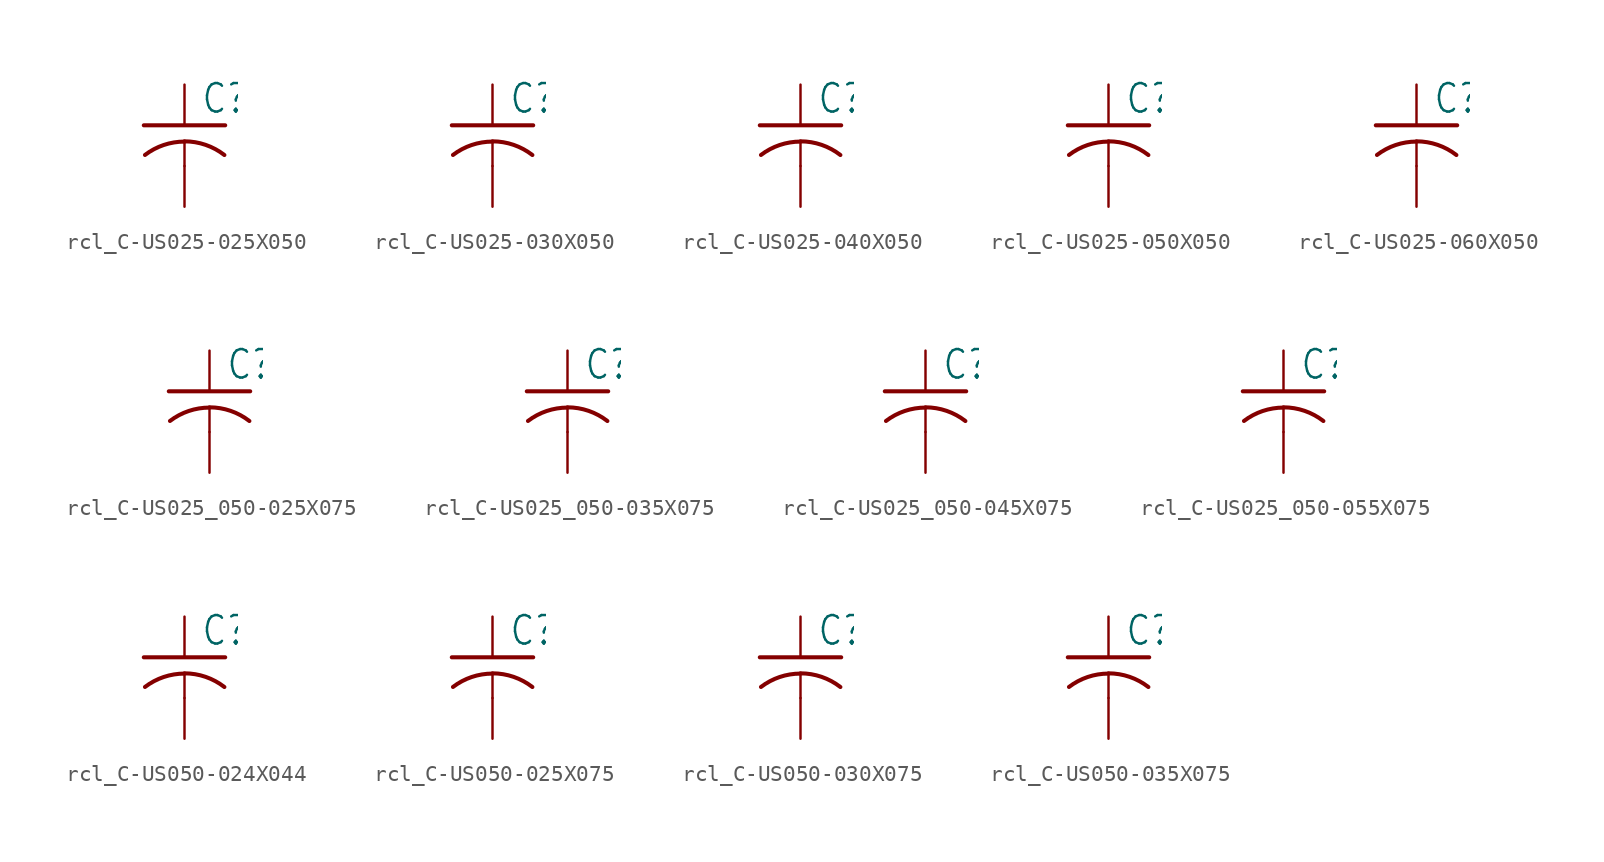
<source format=kicad_sym>
(kicad_symbol_lib
  (version 20241209)
  (generator "kicad_symbol_editor")
  (generator_version "9.0")
  (symbol "rcl_C-US025-025X050"
    (property "Reference" "C"
      (at 1.016 0.635 0)
      (effects (font (size 1.778 1.511)) (justify left bottom)))
    (property "Value" ""
      (at 1.016 -4.191 0)
      (effects (font (size 1.778 1.511)) (justify left bottom)))
    (property "ki_locked" ""
      (at 0 0 0)
      (effects (font (size 1.27 1.27))))
    (symbol "rcl_C-US025-025X050_1_0"
      (polyline (pts (xy -2.54 0) (xy 2.54 0)) (stroke (width 0.254) (type solid)) (fill (type none)))
      (polyline (pts (xy 0 -1.016) (xy 0 -2.54)) (stroke (width 0.152) (type solid)) (fill (type none)))
      (arc (start 0 -1) (mid 1.3158 -1.2195) (end 2.4892 -1.8541) (stroke (width 0.254) (type solid)) (fill (type none)))
      (arc (start -2.4668 -1.8504) (mid -1.302 -1.2303) (end 0 -1.0161) (stroke (width 0.254) (type solid)) (fill (type none)))
      (pin passive line (at 0 2.54 270) (length 2.54) (name "1" (effects (font (size 0 0)))) (number "1" (effects (font (size 0 0)))))
      (pin passive line (at 0 -5.08 90) (length 2.54) (name "2" (effects (font (size 0 0)))) (number "2" (effects (font (size 0 0)))))))
  (symbol "rcl_C-US025-030X050"
    (property "Reference" "C"
      (at 1.016 0.635 0)
      (effects (font (size 1.778 1.511)) (justify left bottom)))
    (property "Value" ""
      (at 1.016 -4.191 0)
      (effects (font (size 1.778 1.511)) (justify left bottom)))
    (property "ki_locked" ""
      (at 0 0 0)
      (effects (font (size 1.27 1.27))))
    (symbol "rcl_C-US025-030X050_1_0"
      (polyline (pts (xy -2.54 0) (xy 2.54 0)) (stroke (width 0.254) (type solid)) (fill (type none)))
      (polyline (pts (xy 0 -1.016) (xy 0 -2.54)) (stroke (width 0.152) (type solid)) (fill (type none)))
      (arc (start 0 -1) (mid 1.3158 -1.2195) (end 2.4892 -1.8541) (stroke (width 0.254) (type solid)) (fill (type none)))
      (arc (start -2.4668 -1.8504) (mid -1.302 -1.2303) (end 0 -1.0161) (stroke (width 0.254) (type solid)) (fill (type none)))
      (pin passive line (at 0 2.54 270) (length 2.54) (name "1" (effects (font (size 0 0)))) (number "1" (effects (font (size 0 0)))))
      (pin passive line (at 0 -5.08 90) (length 2.54) (name "2" (effects (font (size 0 0)))) (number "2" (effects (font (size 0 0)))))))
  (symbol "rcl_C-US025-040X050"
    (property "Reference" "C"
      (at 1.016 0.635 0)
      (effects (font (size 1.778 1.511)) (justify left bottom)))
    (property "Value" ""
      (at 1.016 -4.191 0)
      (effects (font (size 1.778 1.511)) (justify left bottom)))
    (property "ki_locked" ""
      (at 0 0 0)
      (effects (font (size 1.27 1.27))))
    (symbol "rcl_C-US025-040X050_1_0"
      (polyline (pts (xy -2.54 0) (xy 2.54 0)) (stroke (width 0.254) (type solid)) (fill (type none)))
      (polyline (pts (xy 0 -1.016) (xy 0 -2.54)) (stroke (width 0.152) (type solid)) (fill (type none)))
      (arc (start 0 -1) (mid 1.3158 -1.2195) (end 2.4892 -1.8541) (stroke (width 0.254) (type solid)) (fill (type none)))
      (arc (start -2.4668 -1.8504) (mid -1.302 -1.2303) (end 0 -1.0161) (stroke (width 0.254) (type solid)) (fill (type none)))
      (pin passive line (at 0 2.54 270) (length 2.54) (name "1" (effects (font (size 0 0)))) (number "1" (effects (font (size 0 0)))))
      (pin passive line (at 0 -5.08 90) (length 2.54) (name "2" (effects (font (size 0 0)))) (number "2" (effects (font (size 0 0)))))))
  (symbol "rcl_C-US025-050X050"
    (property "Reference" "C"
      (at 1.016 0.635 0)
      (effects (font (size 1.778 1.511)) (justify left bottom)))
    (property "Value" ""
      (at 1.016 -4.191 0)
      (effects (font (size 1.778 1.511)) (justify left bottom)))
    (property "ki_locked" ""
      (at 0 0 0)
      (effects (font (size 1.27 1.27))))
    (symbol "rcl_C-US025-050X050_1_0"
      (polyline (pts (xy -2.54 0) (xy 2.54 0)) (stroke (width 0.254) (type solid)) (fill (type none)))
      (polyline (pts (xy 0 -1.016) (xy 0 -2.54)) (stroke (width 0.152) (type solid)) (fill (type none)))
      (arc (start 0 -1) (mid 1.3158 -1.2195) (end 2.4892 -1.8541) (stroke (width 0.254) (type solid)) (fill (type none)))
      (arc (start -2.4668 -1.8504) (mid -1.302 -1.2303) (end 0 -1.0161) (stroke (width 0.254) (type solid)) (fill (type none)))
      (pin passive line (at 0 2.54 270) (length 2.54) (name "1" (effects (font (size 0 0)))) (number "1" (effects (font (size 0 0)))))
      (pin passive line (at 0 -5.08 90) (length 2.54) (name "2" (effects (font (size 0 0)))) (number "2" (effects (font (size 0 0)))))))
  (symbol "rcl_C-US025-060X050"
    (property "Reference" "C"
      (at 1.016 0.635 0)
      (effects (font (size 1.778 1.511)) (justify left bottom)))
    (property "Value" ""
      (at 1.016 -4.191 0)
      (effects (font (size 1.778 1.511)) (justify left bottom)))
    (property "ki_locked" ""
      (at 0 0 0)
      (effects (font (size 1.27 1.27))))
    (symbol "rcl_C-US025-060X050_1_0"
      (polyline (pts (xy -2.54 0) (xy 2.54 0)) (stroke (width 0.254) (type solid)) (fill (type none)))
      (polyline (pts (xy 0 -1.016) (xy 0 -2.54)) (stroke (width 0.152) (type solid)) (fill (type none)))
      (arc (start 0 -1) (mid 1.3158 -1.2195) (end 2.4892 -1.8541) (stroke (width 0.254) (type solid)) (fill (type none)))
      (arc (start -2.4668 -1.8504) (mid -1.302 -1.2303) (end 0 -1.0161) (stroke (width 0.254) (type solid)) (fill (type none)))
      (pin passive line (at 0 2.54 270) (length 2.54) (name "1" (effects (font (size 0 0)))) (number "1" (effects (font (size 0 0)))))
      (pin passive line (at 0 -5.08 90) (length 2.54) (name "2" (effects (font (size 0 0)))) (number "2" (effects (font (size 0 0)))))))
  (symbol "rcl_C-US025_050-025X075"
    (property "Reference" "C"
      (at 1.016 0.635 0)
      (effects (font (size 1.778 1.511)) (justify left bottom)))
    (property "Value" ""
      (at 1.016 -4.191 0)
      (effects (font (size 1.778 1.511)) (justify left bottom)))
    (property "ki_locked" ""
      (at 0 0 0)
      (effects (font (size 1.27 1.27))))
    (symbol "rcl_C-US025_050-025X075_1_0"
      (polyline (pts (xy -2.54 0) (xy 2.54 0)) (stroke (width 0.254) (type solid)) (fill (type none)))
      (polyline (pts (xy 0 -1.016) (xy 0 -2.54)) (stroke (width 0.152) (type solid)) (fill (type none)))
      (arc (start 0 -1) (mid 1.3158 -1.2195) (end 2.4892 -1.8541) (stroke (width 0.254) (type solid)) (fill (type none)))
      (arc (start -2.4668 -1.8504) (mid -1.302 -1.2303) (end 0 -1.0161) (stroke (width 0.254) (type solid)) (fill (type none)))
      (pin passive line (at 0 2.54 270) (length 2.54) (name "1" (effects (font (size 0 0)))) (number "1" (effects (font (size 0 0)))))
      (pin passive line (at 0 -5.08 90) (length 2.54) (name "2" (effects (font (size 0 0)))) (number "2" (effects (font (size 0 0)))))))
  (symbol "rcl_C-US025_050-035X075"
    (property "Reference" "C"
      (at 1.016 0.635 0)
      (effects (font (size 1.778 1.511)) (justify left bottom)))
    (property "Value" ""
      (at 1.016 -4.191 0)
      (effects (font (size 1.778 1.511)) (justify left bottom)))
    (property "ki_locked" ""
      (at 0 0 0)
      (effects (font (size 1.27 1.27))))
    (symbol "rcl_C-US025_050-035X075_1_0"
      (polyline (pts (xy -2.54 0) (xy 2.54 0)) (stroke (width 0.254) (type solid)) (fill (type none)))
      (polyline (pts (xy 0 -1.016) (xy 0 -2.54)) (stroke (width 0.152) (type solid)) (fill (type none)))
      (arc (start 0 -1) (mid 1.3158 -1.2195) (end 2.4892 -1.8541) (stroke (width 0.254) (type solid)) (fill (type none)))
      (arc (start -2.4668 -1.8504) (mid -1.302 -1.2303) (end 0 -1.0161) (stroke (width 0.254) (type solid)) (fill (type none)))
      (pin passive line (at 0 2.54 270) (length 2.54) (name "1" (effects (font (size 0 0)))) (number "1" (effects (font (size 0 0)))))
      (pin passive line (at 0 -5.08 90) (length 2.54) (name "2" (effects (font (size 0 0)))) (number "2" (effects (font (size 0 0)))))))
  (symbol "rcl_C-US025_050-045X075"
    (property "Reference" "C"
      (at 1.016 0.635 0)
      (effects (font (size 1.778 1.511)) (justify left bottom)))
    (property "Value" ""
      (at 1.016 -4.191 0)
      (effects (font (size 1.778 1.511)) (justify left bottom)))
    (property "ki_locked" ""
      (at 0 0 0)
      (effects (font (size 1.27 1.27))))
    (symbol "rcl_C-US025_050-045X075_1_0"
      (polyline (pts (xy -2.54 0) (xy 2.54 0)) (stroke (width 0.254) (type solid)) (fill (type none)))
      (polyline (pts (xy 0 -1.016) (xy 0 -2.54)) (stroke (width 0.152) (type solid)) (fill (type none)))
      (arc (start 0 -1) (mid 1.3158 -1.2195) (end 2.4892 -1.8541) (stroke (width 0.254) (type solid)) (fill (type none)))
      (arc (start -2.4668 -1.8504) (mid -1.302 -1.2303) (end 0 -1.0161) (stroke (width 0.254) (type solid)) (fill (type none)))
      (pin passive line (at 0 2.54 270) (length 2.54) (name "1" (effects (font (size 0 0)))) (number "1" (effects (font (size 0 0)))))
      (pin passive line (at 0 -5.08 90) (length 2.54) (name "2" (effects (font (size 0 0)))) (number "2" (effects (font (size 0 0)))))))
  (symbol "rcl_C-US025_050-055X075"
    (property "Reference" "C"
      (at 1.016 0.635 0)
      (effects (font (size 1.778 1.511)) (justify left bottom)))
    (property "Value" ""
      (at 1.016 -4.191 0)
      (effects (font (size 1.778 1.511)) (justify left bottom)))
    (property "ki_locked" ""
      (at 0 0 0)
      (effects (font (size 1.27 1.27))))
    (symbol "rcl_C-US025_050-055X075_1_0"
      (polyline (pts (xy -2.54 0) (xy 2.54 0)) (stroke (width 0.254) (type solid)) (fill (type none)))
      (polyline (pts (xy 0 -1.016) (xy 0 -2.54)) (stroke (width 0.152) (type solid)) (fill (type none)))
      (arc (start 0 -1) (mid 1.3158 -1.2195) (end 2.4892 -1.8541) (stroke (width 0.254) (type solid)) (fill (type none)))
      (arc (start -2.4668 -1.8504) (mid -1.302 -1.2303) (end 0 -1.0161) (stroke (width 0.254) (type solid)) (fill (type none)))
      (pin passive line (at 0 2.54 270) (length 2.54) (name "1" (effects (font (size 0 0)))) (number "1" (effects (font (size 0 0)))))
      (pin passive line (at 0 -5.08 90) (length 2.54) (name "2" (effects (font (size 0 0)))) (number "2" (effects (font (size 0 0)))))))
  (symbol "rcl_C-US050-024X044"
    (property "Reference" "C"
      (at 1.016 0.635 0)
      (effects (font (size 1.778 1.511)) (justify left bottom)))
    (property "Value" ""
      (at 1.016 -4.191 0)
      (effects (font (size 1.778 1.511)) (justify left bottom)))
    (property "ki_locked" ""
      (at 0 0 0)
      (effects (font (size 1.27 1.27))))
    (symbol "rcl_C-US050-024X044_1_0"
      (polyline (pts (xy -2.54 0) (xy 2.54 0)) (stroke (width 0.254) (type solid)) (fill (type none)))
      (polyline (pts (xy 0 -1.016) (xy 0 -2.54)) (stroke (width 0.152) (type solid)) (fill (type none)))
      (arc (start 0 -1) (mid 1.3158 -1.2195) (end 2.4892 -1.8541) (stroke (width 0.254) (type solid)) (fill (type none)))
      (arc (start -2.4668 -1.8504) (mid -1.302 -1.2303) (end 0 -1.0161) (stroke (width 0.254) (type solid)) (fill (type none)))
      (pin passive line (at 0 2.54 270) (length 2.54) (name "1" (effects (font (size 0 0)))) (number "1" (effects (font (size 0 0)))))
      (pin passive line (at 0 -5.08 90) (length 2.54) (name "2" (effects (font (size 0 0)))) (number "2" (effects (font (size 0 0)))))))
  (symbol "rcl_C-US050-025X075"
    (property "Reference" "C"
      (at 1.016 0.635 0)
      (effects (font (size 1.778 1.511)) (justify left bottom)))
    (property "Value" ""
      (at 1.016 -4.191 0)
      (effects (font (size 1.778 1.511)) (justify left bottom)))
    (property "ki_locked" ""
      (at 0 0 0)
      (effects (font (size 1.27 1.27))))
    (symbol "rcl_C-US050-025X075_1_0"
      (polyline (pts (xy -2.54 0) (xy 2.54 0)) (stroke (width 0.254) (type solid)) (fill (type none)))
      (polyline (pts (xy 0 -1.016) (xy 0 -2.54)) (stroke (width 0.152) (type solid)) (fill (type none)))
      (arc (start 0 -1) (mid 1.3158 -1.2195) (end 2.4892 -1.8541) (stroke (width 0.254) (type solid)) (fill (type none)))
      (arc (start -2.4668 -1.8504) (mid -1.302 -1.2303) (end 0 -1.0161) (stroke (width 0.254) (type solid)) (fill (type none)))
      (pin passive line (at 0 2.54 270) (length 2.54) (name "1" (effects (font (size 0 0)))) (number "1" (effects (font (size 0 0)))))
      (pin passive line (at 0 -5.08 90) (length 2.54) (name "2" (effects (font (size 0 0)))) (number "2" (effects (font (size 0 0)))))))
  (symbol "rcl_C-US050-030X075"
    (property "Reference" "C"
      (at 1.016 0.635 0)
      (effects (font (size 1.778 1.511)) (justify left bottom)))
    (property "Value" ""
      (at 1.016 -4.191 0)
      (effects (font (size 1.778 1.511)) (justify left bottom)))
    (property "ki_locked" ""
      (at 0 0 0)
      (effects (font (size 1.27 1.27))))
    (symbol "rcl_C-US050-030X075_1_0"
      (polyline (pts (xy -2.54 0) (xy 2.54 0)) (stroke (width 0.254) (type solid)) (fill (type none)))
      (polyline (pts (xy 0 -1.016) (xy 0 -2.54)) (stroke (width 0.152) (type solid)) (fill (type none)))
      (arc (start 0 -1) (mid 1.3158 -1.2195) (end 2.4892 -1.8541) (stroke (width 0.254) (type solid)) (fill (type none)))
      (arc (start -2.4668 -1.8504) (mid -1.302 -1.2303) (end 0 -1.0161) (stroke (width 0.254) (type solid)) (fill (type none)))
      (pin passive line (at 0 2.54 270) (length 2.54) (name "1" (effects (font (size 0 0)))) (number "1" (effects (font (size 0 0)))))
      (pin passive line (at 0 -5.08 90) (length 2.54) (name "2" (effects (font (size 0 0)))) (number "2" (effects (font (size 0 0)))))))
  (symbol "rcl_C-US050-035X075"
    (property "Reference" "C"
      (at 1.016 0.635 0)
      (effects (font (size 1.778 1.511)) (justify left bottom)))
    (property "Value" ""
      (at 1.016 -4.191 0)
      (effects (font (size 1.778 1.511)) (justify left bottom)))
    (property "ki_locked" ""
      (at 0 0 0)
      (effects (font (size 1.27 1.27))))
    (symbol "rcl_C-US050-035X075_1_0"
      (polyline (pts (xy -2.54 0) (xy 2.54 0)) (stroke (width 0.254) (type solid)) (fill (type none)))
      (polyline (pts (xy 0 -1.016) (xy 0 -2.54)) (stroke (width 0.152) (type solid)) (fill (type none)))
      (arc (start 0 -1) (mid 1.3158 -1.2195) (end 2.4892 -1.8541) (stroke (width 0.254) (type solid)) (fill (type none)))
      (arc (start -2.4668 -1.8504) (mid -1.302 -1.2303) (end 0 -1.0161) (stroke (width 0.254) (type solid)) (fill (type none)))
      (pin passive line (at 0 2.54 270) (length 2.54) (name "1" (effects (font (size 0 0)))) (number "1" (effects (font (size 0 0)))))
      (pin passive line (at 0 -5.08 90) (length 2.54) (name "2" (effects (font (size 0 0)))) (number "2" (effects (font (size 0 0))))))))
</source>
